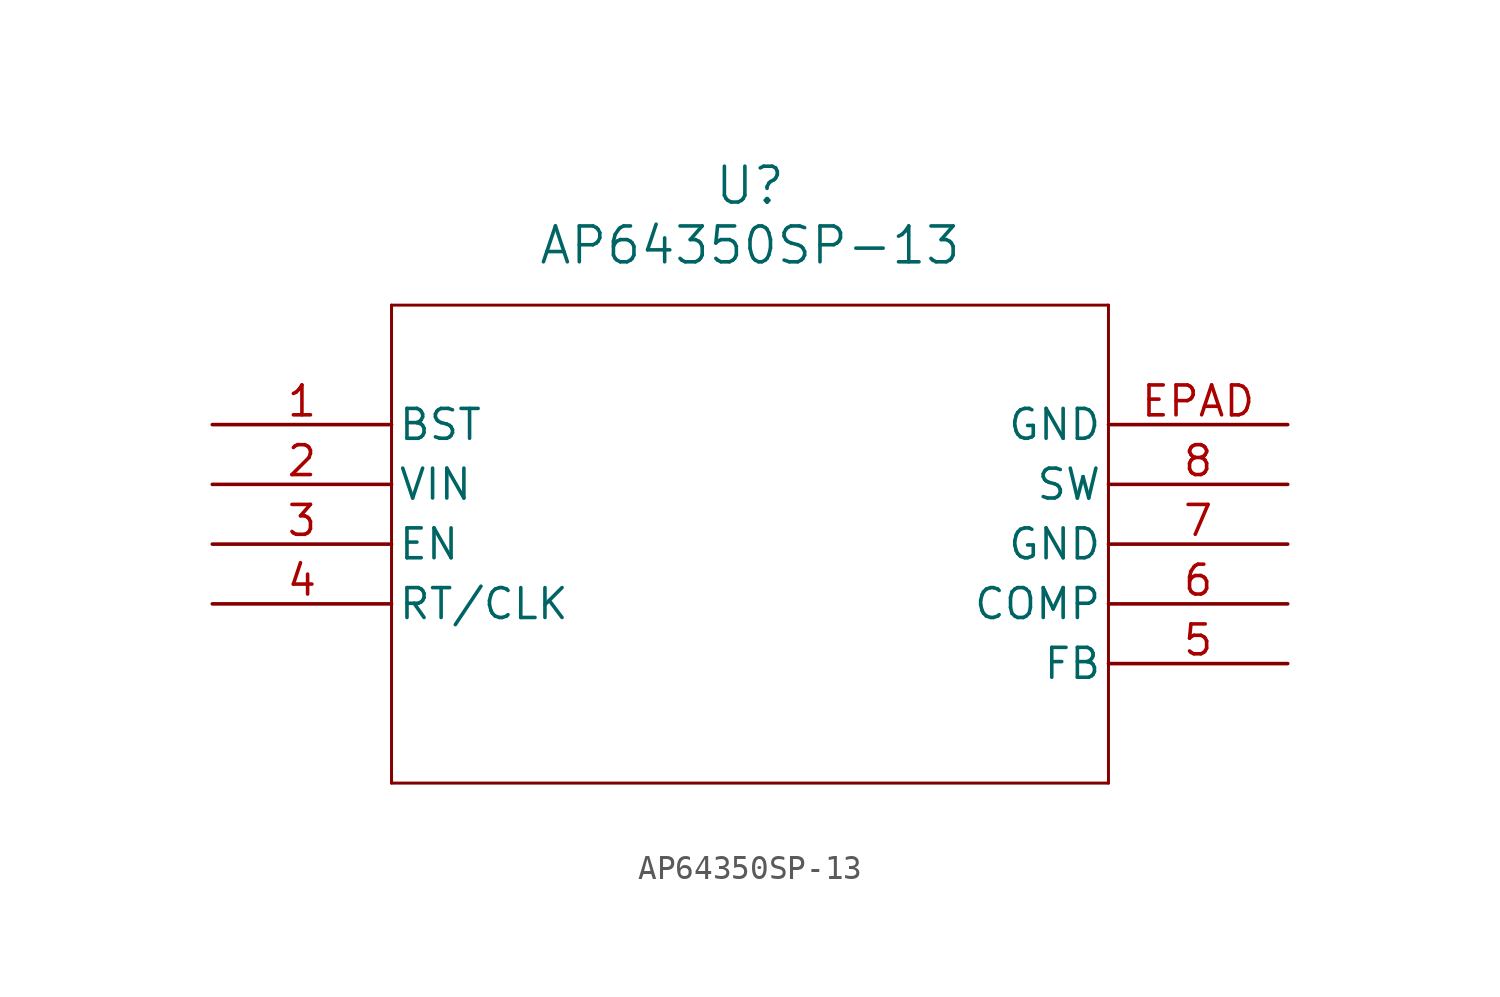
<source format=kicad_sym>
(kicad_symbol_lib
  (version 20211014)
  (generator kicad_symbol_editor)
  (symbol "AP64350SP-13"
    (pin_names
      (offset 0.254))
    (property "Reference" "U"
      (at 22.86 10.16 0)
      (effects (font (size 1.524 1.524))))
    (property "Value" "AP64350SP-13"
      (at 22.86 7.62 0)
      (effects (font (size 1.524 1.524))))
    (symbol "AP64350SP-13_0_1"
      (polyline (pts (xy 7.62 5.08) (xy 7.62 -15.24)) (stroke (width 0.127) (type default) (color 0 0 0 0)) (fill (type none)))
      (polyline (pts (xy 7.62 -15.24) (xy 38.1 -15.24)) (stroke (width 0.127) (type default) (color 0 0 0 0)) (fill (type none)))
      (polyline (pts (xy 38.1 -15.24) (xy 38.1 5.08)) (stroke (width 0.127) (type default) (color 0 0 0 0)) (fill (type none)))
      (polyline (pts (xy 38.1 5.08) (xy 7.62 5.08)) (stroke (width 0.127) (type default) (color 0 0 0 0)) (fill (type none)))
      (pin power_in line (at 0 0 0) (length 7.62) (name "BST" (effects (font (size 1.27 1.27)))) (number "1" (effects (font (size 1.27 1.27)))))
      (pin power_in line (at 0 -2.54 0) (length 7.62) (name "VIN" (effects (font (size 1.27 1.27)))) (number "2" (effects (font (size 1.27 1.27)))))
      (pin input line (at 0 -5.08 0) (length 7.62) (name "EN" (effects (font (size 1.27 1.27)))) (number "3" (effects (font (size 1.27 1.27)))))
      (pin unspecified line (at 0 -7.62 0) (length 7.62) (name "RT/CLK" (effects (font (size 1.27 1.27)))) (number "4" (effects (font (size 1.27 1.27)))))
      (pin input line (at 45.72 -10.16 180) (length 7.62) (name "FB" (effects (font (size 1.27 1.27)))) (number "5" (effects (font (size 1.27 1.27)))))
      (pin unspecified line (at 45.72 -7.62 180) (length 7.62) (name "COMP" (effects (font (size 1.27 1.27)))) (number "6" (effects (font (size 1.27 1.27)))))
      (pin power_out line (at 45.72 -5.08 180) (length 7.62) (name "GND" (effects (font (size 1.27 1.27)))) (number "7" (effects (font (size 1.27 1.27)))))
      (pin output line (at 45.72 -2.54 180) (length 7.62) (name "SW" (effects (font (size 1.27 1.27)))) (number "8" (effects (font (size 1.27 1.27)))))
      (pin power_out line (at 45.72 0 180) (length 7.62) (name "GND" (effects (font (size 1.27 1.27)))) (number "EPAD" (effects (font (size 1.27 1.27))))))))
</source>
